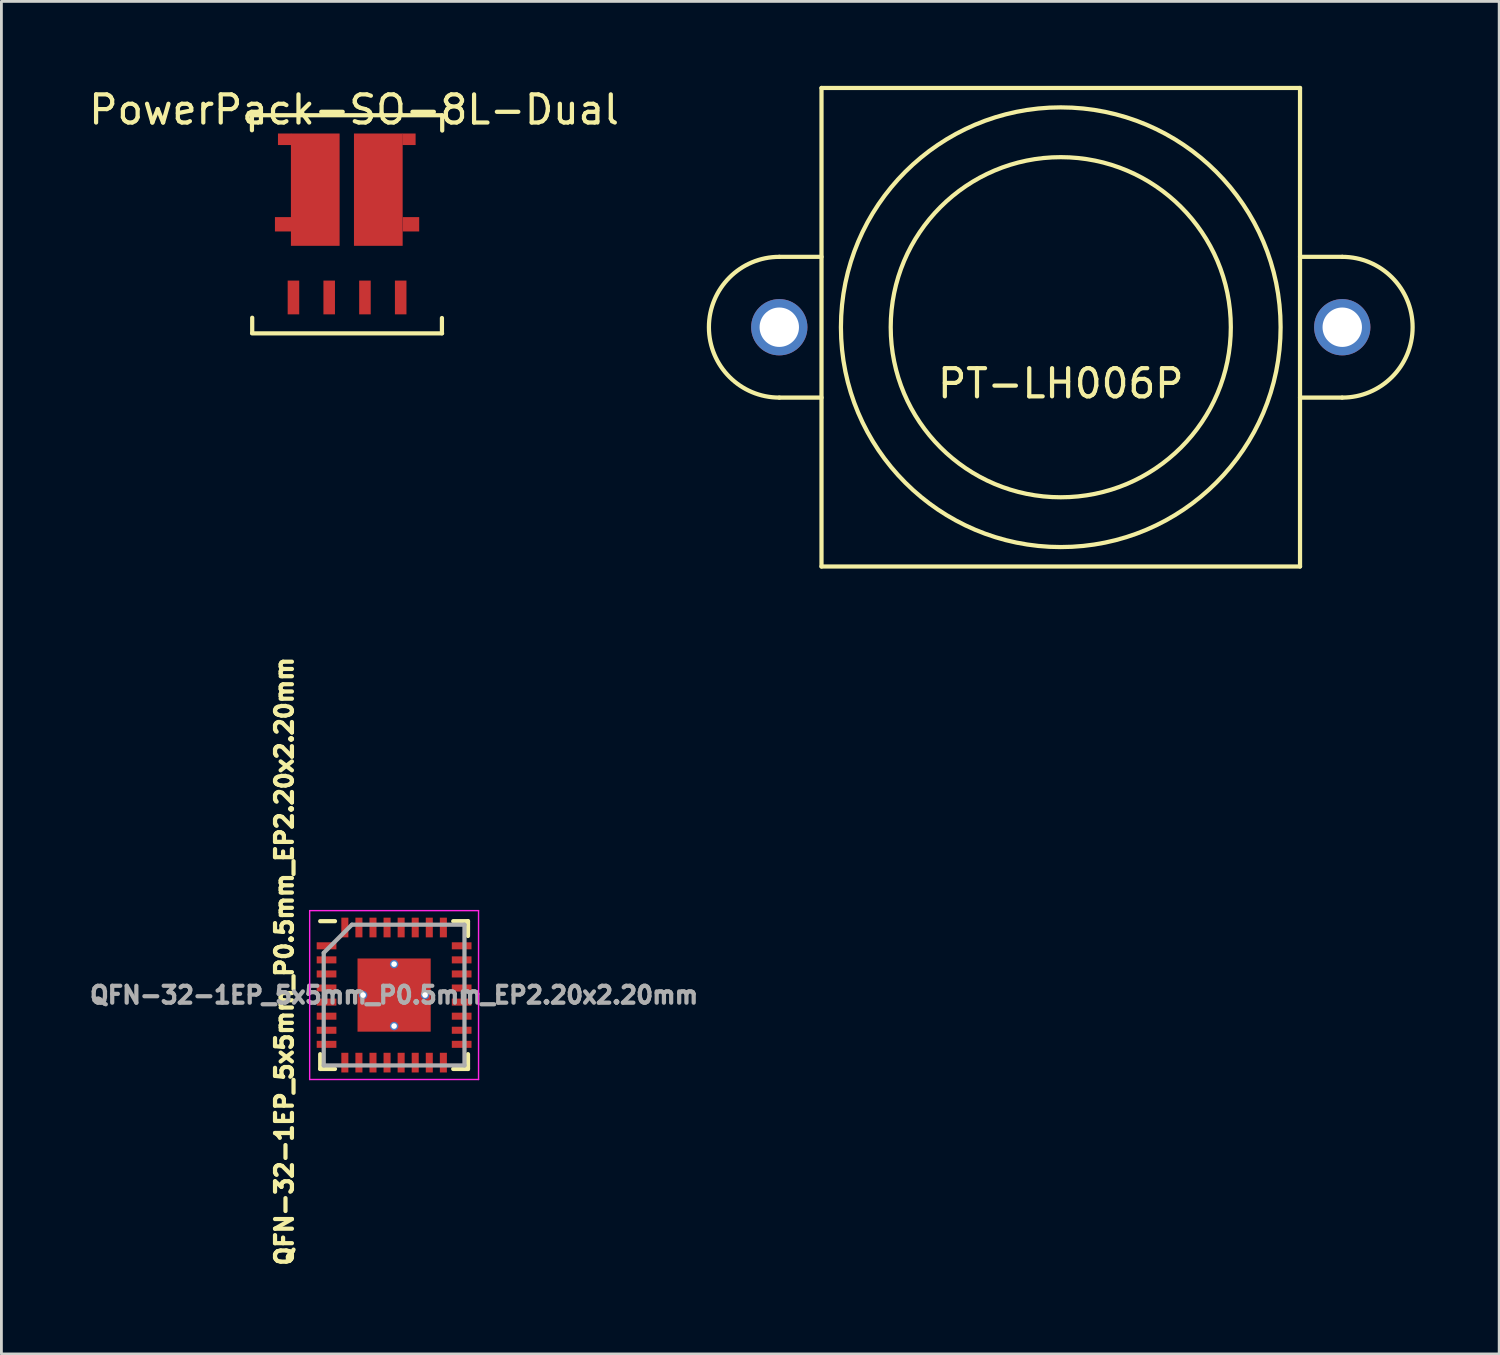
<source format=kicad_pcb>
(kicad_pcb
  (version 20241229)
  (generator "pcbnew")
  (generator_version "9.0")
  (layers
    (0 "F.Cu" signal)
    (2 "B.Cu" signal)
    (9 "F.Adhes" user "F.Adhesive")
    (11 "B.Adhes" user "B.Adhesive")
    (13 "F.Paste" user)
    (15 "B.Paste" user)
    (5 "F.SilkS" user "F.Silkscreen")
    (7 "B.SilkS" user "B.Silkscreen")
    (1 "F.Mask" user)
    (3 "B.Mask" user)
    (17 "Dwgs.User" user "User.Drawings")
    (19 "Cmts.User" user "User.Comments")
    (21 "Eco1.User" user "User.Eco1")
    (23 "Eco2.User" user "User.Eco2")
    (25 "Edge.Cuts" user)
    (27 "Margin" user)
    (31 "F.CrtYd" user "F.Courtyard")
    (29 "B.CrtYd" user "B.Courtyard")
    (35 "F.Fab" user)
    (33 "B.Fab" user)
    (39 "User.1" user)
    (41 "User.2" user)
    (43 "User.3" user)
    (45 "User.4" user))
  (footprint "PowerPack-SO-8L-Dual"
    (layer "F.Cu")
    (at 9.28 4.918)
    (property "Reference" "PowerPack-SO-8L-Dual" (at 0.25 -4.07 0) (layer "F.SilkS") (effects (font (size 1 1) (thickness 0.15))))
    (attr through_hole)
    (fp_line (start -3.38 -3.88) (end -3.38 -3.34) (stroke (width 0.15) (type solid)) (layer "F.SilkS"))
    (fp_line (start -3.375 -3.875) (end 3.375 -3.875) (stroke (width 0.15) (type solid)) (layer "F.SilkS"))
    (fp_line (start -3.375 3.875) (end 3.375 3.875) (stroke (width 0.15) (type solid)) (layer "F.SilkS"))
    (fp_line (start -3.37 3.32) (end -3.37 3.86) (stroke (width 0.15) (type solid)) (layer "F.SilkS"))
    (fp_line (start 3.37 3.33) (end 3.37 3.87) (stroke (width 0.15) (type solid)) (layer "F.SilkS"))
    (fp_line (start 3.38 -3.87) (end 3.38 -3.33) (stroke (width 0.15) (type solid)) (layer "F.SilkS"))
    (pad "1" smd rect (at -1.905 2.6) (size 0.41 1.2) (layers "F.Cu" "F.Mask" "F.Paste"))
    (pad "2" smd rect (at -0.635 2.6) (size 0.41 1.2) (layers "F.Cu" "F.Mask" "F.Paste"))
    (pad "3" smd rect (at 0.635 2.6) (size 0.41 1.2) (layers "F.Cu" "F.Mask" "F.Paste"))
    (pad "4" smd rect (at 1.905 2.6) (size 0.41 1.2) (layers "F.Cu" "F.Mask" "F.Paste"))
    (pad "5" smd rect (at 1.11 -1.23) (size 1.73 3.99) (layers "F.Cu" "F.Mask" "F.Paste"))
    (pad "5" smd rect (at 2.2 -3.02) (size 0.47 0.41) (layers "F.Cu" "F.Mask" "F.Paste"))
    (pad "5" smd rect (at 2.27 0) (size 0.585 0.51) (layers "F.Cu" "F.Mask" "F.Paste"))
    (pad "6" smd rect (at -2.27 0) (size 0.585 0.51) (layers "F.Cu" "F.Mask" "F.Paste"))
    (pad "6" smd rect (at -2.22 -3.02) (size 0.47 0.41) (layers "F.Cu" "F.Mask" "F.Paste"))
    (pad "6" smd rect (at -1.13 -1.23) (size 1.73 3.99) (layers "F.Cu" "F.Mask" "F.Paste")))
  (footprint "QFN-32-1EP_5x5mm_P0.5mm_EP2.20x2.20mm"
    (layer "F.Cu")
    (at 10.951 32.301)
    (property "Reference" "QFN-32-1EP_5x5mm_P0.5mm_EP2.20x2.20mm" (at -3.9 -1.2 90) (layer "F.SilkS") (effects (font (size 0.6 0.6) (thickness 0.15))))
    (attr smd)
    (fp_line (start -2.625 -2.625) (end -2.1 -2.625) (stroke (width 0.15) (type solid)) (layer "F.SilkS"))
    (fp_line (start -2.625 2.625) (end -2.625 2.1) (stroke (width 0.15) (type solid)) (layer "F.SilkS"))
    (fp_line (start -2.625 2.625) (end -2.1 2.625) (stroke (width 0.15) (type solid)) (layer "F.SilkS"))
    (fp_line (start 2.625 -2.625) (end 2.1 -2.625) (stroke (width 0.15) (type solid)) (layer "F.SilkS"))
    (fp_line (start 2.625 -2.625) (end 2.625 -2.1) (stroke (width 0.15) (type solid)) (layer "F.SilkS"))
    (fp_line (start 2.625 2.625) (end 2.1 2.625) (stroke (width 0.15) (type solid)) (layer "F.SilkS"))
    (fp_line (start 2.625 2.625) (end 2.625 2.1) (stroke (width 0.15) (type solid)) (layer "F.SilkS"))
    (fp_line (start -3 -3) (end -3 3) (stroke (width 0.05) (type solid)) (layer "F.CrtYd"))
    (fp_line (start -3 -3) (end 3 -3) (stroke (width 0.05) (type solid)) (layer "F.CrtYd"))
    (fp_line (start -3 3) (end 3 3) (stroke (width 0.05) (type solid)) (layer "F.CrtYd"))
    (fp_line (start 3 -3) (end 3 3) (stroke (width 0.05) (type solid)) (layer "F.CrtYd"))
    (fp_line (start -2.5 -1.5) (end -1.5 -2.5) (stroke (width 0.15) (type solid)) (layer "F.Fab"))
    (fp_line (start -2.5 2.5) (end -2.5 -1.5) (stroke (width 0.15) (type solid)) (layer "F.Fab"))
    (fp_line (start -1.5 -2.5) (end 2.5 -2.5) (stroke (width 0.15) (type solid)) (layer "F.Fab"))
    (fp_line (start 2.5 -2.5) (end 2.5 2.5) (stroke (width 0.15) (type solid)) (layer "F.Fab"))
    (fp_line (start 2.5 2.5) (end -2.5 2.5) (stroke (width 0.15) (type solid)) (layer "F.Fab"))
    (fp_text user "${REFERENCE}" (at 0 0 0) (layer "F.Fab") (effects (font (size 0.6 0.6) (thickness 0.15))))
    (pad "" smd rect (at -0.597 0.584) (size 0.92 0.92) (layers "F.Paste"))
    (pad "" smd rect (at -0.572 -0.559) (size 0.92 0.92) (layers "F.Paste"))
    (pad "" smd rect (at 0.572 0.559) (size 0.92 0.92) (layers "F.Paste"))
    (pad "" smd rect (at 0.584 -0.572) (size 0.92 0.92) (layers "F.Paste"))
    (pad "1" smd rect (at -2.4 -1.75) (size 0.7 0.25) (layers "F.Cu" "F.Mask" "F.Paste"))
    (pad "2" smd rect (at -2.4 -1.25) (size 0.7 0.25) (layers "F.Cu" "F.Mask" "F.Paste"))
    (pad "3" smd rect (at -2.4 -0.75) (size 0.7 0.25) (layers "F.Cu" "F.Mask" "F.Paste"))
    (pad "4" smd rect (at -2.4 -0.25) (size 0.7 0.25) (layers "F.Cu" "F.Mask" "F.Paste"))
    (pad "5" smd rect (at -2.4 0.25) (size 0.7 0.25) (layers "F.Cu" "F.Mask" "F.Paste"))
    (pad "6" smd rect (at -2.4 0.75) (size 0.7 0.25) (layers "F.Cu" "F.Mask" "F.Paste"))
    (pad "7" smd rect (at -2.4 1.25) (size 0.7 0.25) (layers "F.Cu" "F.Mask" "F.Paste"))
    (pad "8" smd rect (at -2.4 1.75) (size 0.7 0.25) (layers "F.Cu" "F.Mask" "F.Paste"))
    (pad "9" smd rect (at -1.75 2.4 90) (size 0.7 0.25) (layers "F.Cu" "F.Mask" "F.Paste"))
    (pad "10" smd rect (at -1.25 2.4 90) (size 0.7 0.25) (layers "F.Cu" "F.Mask" "F.Paste"))
    (pad "11" smd rect (at -0.75 2.4 90) (size 0.7 0.25) (layers "F.Cu" "F.Mask" "F.Paste"))
    (pad "12" smd rect (at -0.25 2.4 90) (size 0.7 0.25) (layers "F.Cu" "F.Mask" "F.Paste"))
    (pad "13" smd rect (at 0.25 2.4 90) (size 0.7 0.25) (layers "F.Cu" "F.Mask" "F.Paste"))
    (pad "14" smd rect (at 0.75 2.4 90) (size 0.7 0.25) (layers "F.Cu" "F.Mask" "F.Paste"))
    (pad "15" smd rect (at 1.25 2.4 90) (size 0.7 0.25) (layers "F.Cu" "F.Mask" "F.Paste"))
    (pad "16" smd rect (at 1.75 2.4 90) (size 0.7 0.25) (layers "F.Cu" "F.Mask" "F.Paste"))
    (pad "17" smd rect (at 2.4 1.75) (size 0.7 0.25) (layers "F.Cu" "F.Mask" "F.Paste"))
    (pad "18" smd rect (at 2.4 1.25) (size 0.7 0.25) (layers "F.Cu" "F.Mask" "F.Paste"))
    (pad "19" smd rect (at 2.4 0.75) (size 0.7 0.25) (layers "F.Cu" "F.Mask" "F.Paste"))
    (pad "20" smd rect (at 2.4 0.25) (size 0.7 0.25) (layers "F.Cu" "F.Mask" "F.Paste"))
    (pad "21" smd rect (at 2.4 -0.25) (size 0.7 0.25) (layers "F.Cu" "F.Mask" "F.Paste"))
    (pad "22" smd rect (at 2.4 -0.75) (size 0.7 0.25) (layers "F.Cu" "F.Mask" "F.Paste"))
    (pad "23" smd rect (at 2.4 -1.25) (size 0.7 0.25) (layers "F.Cu" "F.Mask" "F.Paste"))
    (pad "24" smd rect (at 2.4 -1.75) (size 0.7 0.25) (layers "F.Cu" "F.Mask" "F.Paste"))
    (pad "25" smd rect (at 1.75 -2.4 90) (size 0.7 0.25) (layers "F.Cu" "F.Mask" "F.Paste"))
    (pad "26" smd rect (at 1.25 -2.4 90) (size 0.7 0.25) (layers "F.Cu" "F.Mask" "F.Paste"))
    (pad "27" smd rect (at 0.75 -2.4 90) (size 0.7 0.25) (layers "F.Cu" "F.Mask" "F.Paste"))
    (pad "28" smd rect (at 0.25 -2.4 90) (size 0.7 0.25) (layers "F.Cu" "F.Mask" "F.Paste"))
    (pad "29" smd rect (at -0.25 -2.4 90) (size 0.7 0.25) (layers "F.Cu" "F.Mask" "F.Paste"))
    (pad "30" smd rect (at -0.75 -2.4 90) (size 0.7 0.25) (layers "F.Cu" "F.Mask" "F.Paste"))
    (pad "31" smd rect (at -1.25 -2.4 90) (size 0.7 0.25) (layers "F.Cu" "F.Mask" "F.Paste"))
    (pad "32" smd rect (at -1.75 -2.4 90) (size 0.7 0.25) (layers "F.Cu" "F.Mask" "F.Paste"))
    (pad "33" thru_hole circle (at -1.1 0) (size 0.3 0.3) (drill 0.2) (layers "*.Cu" "*.Mask"))
    (pad "33" thru_hole circle (at 0 -1.1) (size 0.3 0.3) (drill 0.2) (layers "*.Cu" "*.Mask"))
    (pad "33" smd rect (at 0 0) (size 2.2 2.2) (layers "F.Cu"))
    (pad "33" smd rect (at 0 0) (size 2.6 2.6) (layers "F.Cu"))
    (pad "33" thru_hole circle (at 0 1.1) (size 0.3 0.3) (drill 0.2) (layers "*.Cu" "*.Mask"))
    (pad "33" thru_hole circle (at 1.1 0) (size 0.3 0.3) (drill 0.2) (layers "*.Cu" "*.Mask")))
  (footprint "PT-LH006P"
    (layer "F.Cu")
    (at 34.635 8.575)
    (property "Reference" "PT-LH006P" (at 0 2 0) (layer "F.SilkS") (effects (font (size 1 1) (thickness 0.15))))
    (attr through_hole)
    (fp_line (start -10 -2.5) (end -8.5 -2.5) (stroke (width 0.15) (type solid)) (layer "F.SilkS"))
    (fp_line (start -10 2.5) (end -8.5 2.5) (stroke (width 0.15) (type solid)) (layer "F.SilkS"))
    (fp_line (start -8.5 -8.5) (end 8.5 -8.5) (stroke (width 0.15) (type solid)) (layer "F.SilkS"))
    (fp_line (start -8.5 8.5) (end -8.5 -8.5) (stroke (width 0.15) (type solid)) (layer "F.SilkS"))
    (fp_line (start 8.5 -8.5) (end 8.5 8.5) (stroke (width 0.15) (type solid)) (layer "F.SilkS"))
    (fp_line (start 8.5 8.5) (end -8.5 8.5) (stroke (width 0.15) (type solid)) (layer "F.SilkS"))
    (fp_line (start 10 -2.5) (end 8.5 -2.5) (stroke (width 0.15) (type solid)) (layer "F.SilkS"))
    (fp_line (start 10 2.5) (end 8.5 2.5) (stroke (width 0.15) (type solid)) (layer "F.SilkS"))
    (fp_arc (start -10 2.5) (mid -12.5 0) (end -10 -2.5) (stroke (width 0.15) (type solid)) (layer "F.SilkS"))
    (fp_arc (start 10 -2.5) (mid 12.5 0) (end 10 2.5) (stroke (width 0.15) (type solid)) (layer "F.SilkS"))
    (fp_circle (center 0 0) (end 5 6) (stroke (width 0.15) (type solid)) (fill no) (layer "F.SilkS"))
    (fp_circle (center 0 0) (end 5.5 2.5) (stroke (width 0.15) (type solid)) (fill no) (layer "F.SilkS"))
    (pad "" np_thru_hole circle (at -10 0) (size 2 2) (drill 1.4) (layers "*.Cu" "*.Mask"))
    (pad "" np_thru_hole circle (at 10 0) (size 2 2) (drill 1.4) (layers "*.Cu" "*.Mask")))
  (gr_rect
    (start -3 -3)
    (end 50.21 45.051)
    (stroke (width 0.1) (type default))
    (fill no)
    (layer "Edge.Cuts")))
</source>
